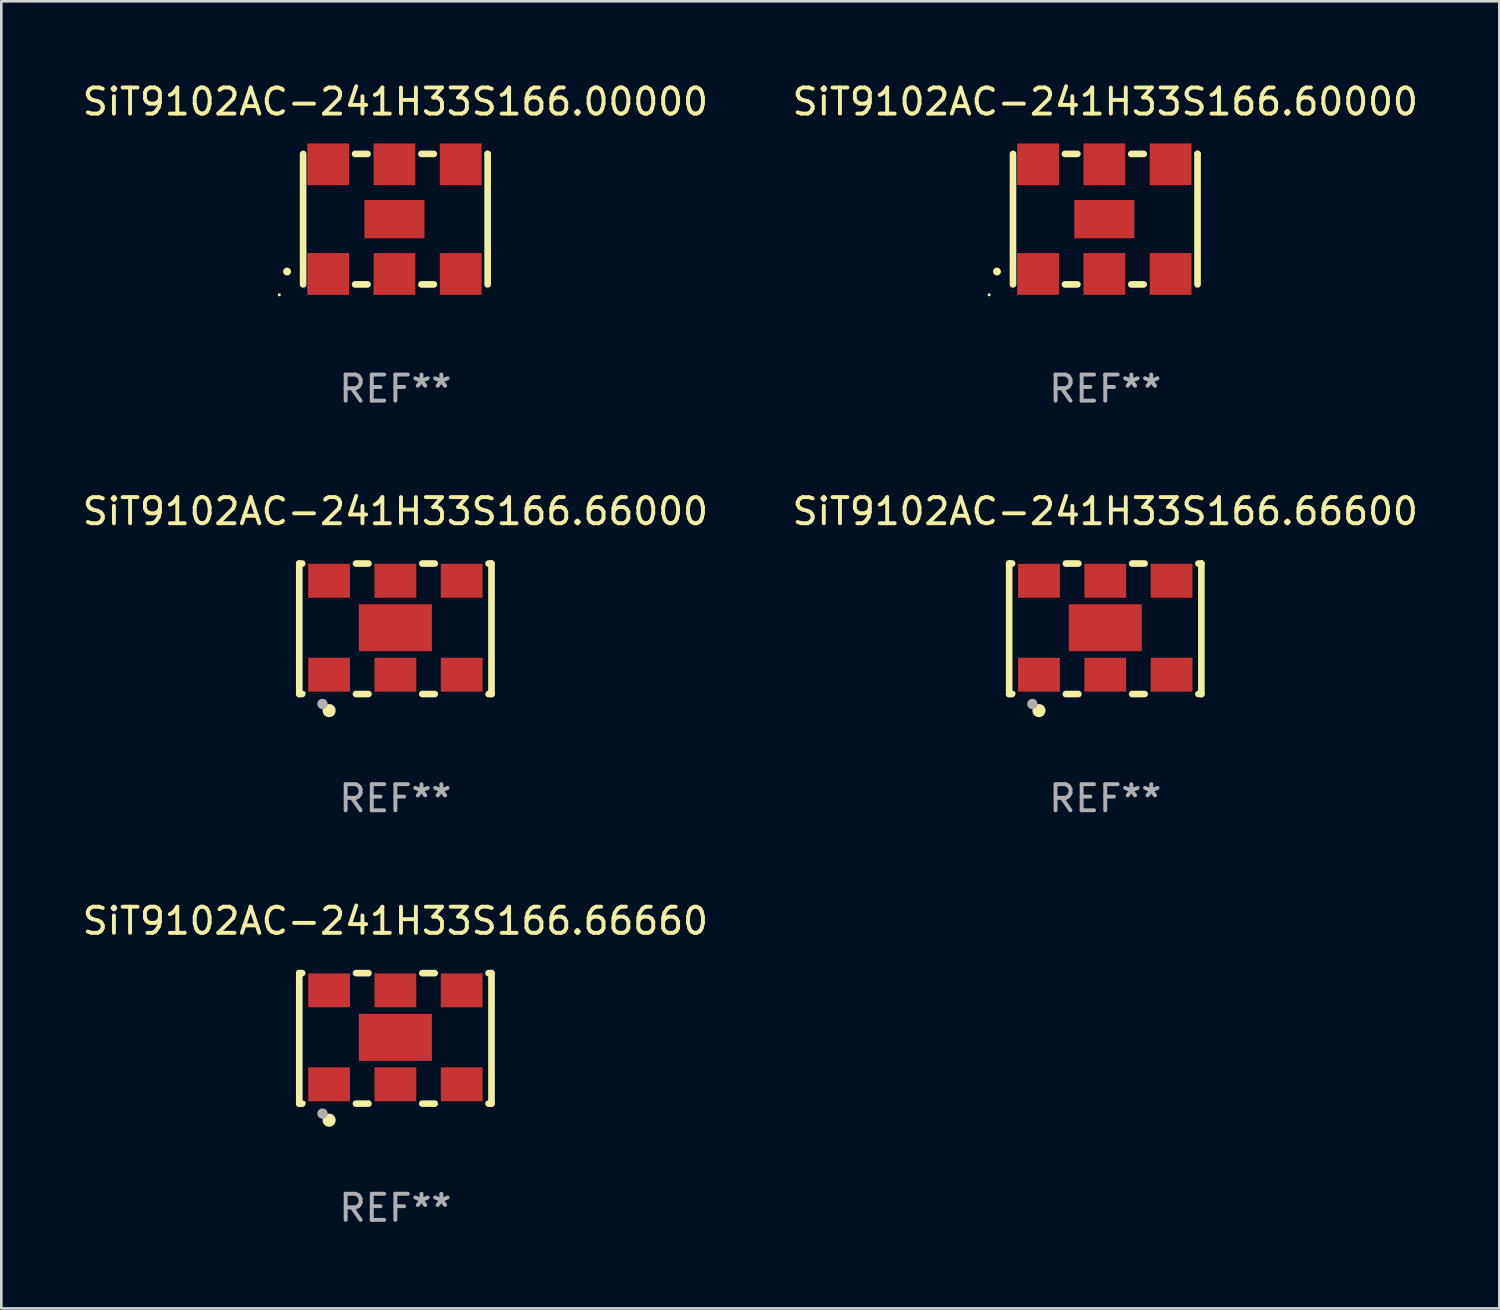
<source format=kicad_pcb>
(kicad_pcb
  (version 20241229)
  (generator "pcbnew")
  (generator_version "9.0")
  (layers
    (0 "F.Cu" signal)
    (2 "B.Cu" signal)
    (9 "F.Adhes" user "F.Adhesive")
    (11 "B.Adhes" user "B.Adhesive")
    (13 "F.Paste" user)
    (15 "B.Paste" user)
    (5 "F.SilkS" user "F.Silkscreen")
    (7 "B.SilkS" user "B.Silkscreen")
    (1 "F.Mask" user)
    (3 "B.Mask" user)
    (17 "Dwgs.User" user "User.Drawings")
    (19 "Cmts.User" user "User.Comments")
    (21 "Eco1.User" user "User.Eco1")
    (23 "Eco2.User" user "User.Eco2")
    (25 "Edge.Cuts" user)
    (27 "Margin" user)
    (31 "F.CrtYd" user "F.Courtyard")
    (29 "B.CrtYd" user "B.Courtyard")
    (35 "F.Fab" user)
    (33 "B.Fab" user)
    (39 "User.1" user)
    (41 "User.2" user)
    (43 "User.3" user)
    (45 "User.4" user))
  (footprint "SiT9102AC-241H33S166.60000"
    (layer "F.Cu")
    (at 39.304 5.348)
    (property "Reference" "SiT9102AC-241H33S166.60000" (at 0 -4.5 0) (layer "F.SilkS") (effects (font (size 1 1) (thickness 0.15))))
    (attr through_hole)
    (fp_line (start -3.536 -2.5) (end -3.536 2.5) (stroke (width 0.254) (type solid)) (layer "F.SilkS"))
    (fp_line (start -1.544 2.5) (end -1.067 2.5) (stroke (width 0.254) (type solid)) (layer "F.SilkS"))
    (fp_line (start -1.067 -2.5) (end -1.544 -2.5) (stroke (width 0.254) (type solid)) (layer "F.SilkS"))
    (fp_line (start 0.996 2.5) (end 1.473 2.5) (stroke (width 0.254) (type solid)) (layer "F.SilkS"))
    (fp_line (start 1.473 -2.5) (end 0.996 -2.5) (stroke (width 0.254) (type solid)) (layer "F.SilkS"))
    (fp_line (start 3.536 -2.5) (end 3.536 -2.5) (stroke (width 0.254) (type solid)) (layer "F.SilkS"))
    (fp_line (start 3.536 2.5) (end 3.536 -2.5) (stroke (width 0.254) (type solid)) (layer "F.SilkS"))
    (fp_arc (start -4.150432 2.006604) (mid -4.149162 2.006599) (end -4.147892 2.006604) (stroke (width 0.3) (type solid)) (layer "F.SilkS"))
    (fp_circle (center -4.449 2.9) (end -4.419 2.9) (stroke (width 0.06) (type solid)) (fill no) (layer "F.SilkS"))
    (fp_text user "REF**" (at 0 6.5 0) (layer "F.Fab") (effects (font (size 1 1) (thickness 0.15))))
    (pad "1" smd rect (at -2.576 2.1) (size 1.6 1.6) (layers "F.Cu" "F.Mask" "F.Paste"))
    (pad "2" smd rect (at -0.036 2.1) (size 1.6 1.6) (layers "F.Cu" "F.Mask" "F.Paste"))
    (pad "3" smd rect (at 2.504 2.1) (size 1.6 1.6) (layers "F.Cu" "F.Mask" "F.Paste"))
    (pad "4" smd rect (at 2.504 -2.1) (size 1.6 1.6) (layers "F.Cu" "F.Mask" "F.Paste"))
    (pad "5" smd rect (at -0.036 -2.1) (size 1.6 1.6) (layers "F.Cu" "F.Mask" "F.Paste"))
    (pad "6" smd rect (at -2.576 -2.1) (size 1.6 1.6) (layers "F.Cu" "F.Mask" "F.Paste"))
    (pad "7" smd rect (at -0.036 0) (size 2.3 1.47) (layers "F.Cu" "F.Mask" "F.Paste")))
  (footprint "SiT9102AC-241H33S166.66600"
    (layer "F.Cu")
    (at 39.304 21.045)
    (property "Reference" "SiT9102AC-241H33S166.66600" (at 0 -4.5 0) (layer "F.SilkS") (effects (font (size 1 1) (thickness 0.15))))
    (attr through_hole)
    (fp_line (start -3.683 -2.5) (end -3.571 -2.5) (stroke (width 0.254) (type solid)) (layer "F.SilkS"))
    (fp_line (start -3.683 2.5) (end -3.683 -2.5) (stroke (width 0.254) (type solid)) (layer "F.SilkS"))
    (fp_line (start -3.683 2.5) (end -3.571 2.5) (stroke (width 0.254) (type solid)) (layer "F.SilkS"))
    (fp_line (start -1.509 -2.5) (end -1.031 -2.5) (stroke (width 0.254) (type solid)) (layer "F.SilkS"))
    (fp_line (start -1.509 2.5) (end -1.031 2.5) (stroke (width 0.254) (type solid)) (layer "F.SilkS"))
    (fp_line (start 1.031 -2.5) (end 1.509 -2.5) (stroke (width 0.254) (type solid)) (layer "F.SilkS"))
    (fp_line (start 1.031 2.5) (end 1.509 2.5) (stroke (width 0.254) (type solid)) (layer "F.SilkS"))
    (fp_line (start 3.571 -2.5) (end 3.683 -2.5) (stroke (width 0.254) (type solid)) (layer "F.SilkS"))
    (fp_line (start 3.571 2.5) (end 3.683 2.5) (stroke (width 0.254) (type solid)) (layer "F.SilkS"))
    (fp_line (start 3.683 2.5) (end 3.683 -2.5) (stroke (width 0.254) (type solid)) (layer "F.SilkS"))
    (fp_circle (center -3.5 2.46) (end -3.47 2.46) (stroke (width 0.06) (type solid)) (fill no) (layer "F.SilkS"))
    (fp_circle (center -2.54 3.135) (end -2.413 3.135) (stroke (width 0.254) (type solid)) (fill no) (layer "F.SilkS"))
    (fp_circle (center -2.794 2.881) (end -2.694 2.881) (stroke (width 0.2) (type solid)) (fill no) (layer "F.Fab"))
    (fp_text user "REF**" (at 0 6.5 0) (layer "F.Fab") (effects (font (size 1 1) (thickness 0.15))))
    (pad "1" smd rect (at -2.54 1.76) (size 1.6 1.3) (layers "F.Cu" "F.Mask" "F.Paste"))
    (pad "2" smd rect (at 0 1.76) (size 1.6 1.3) (layers "F.Cu" "F.Mask" "F.Paste"))
    (pad "3" smd rect (at 2.54 1.76) (size 1.6 1.3) (layers "F.Cu" "F.Mask" "F.Paste"))
    (pad "4" smd rect (at 2.54 -1.84) (size 1.6 1.3) (layers "F.Cu" "F.Mask" "F.Paste"))
    (pad "5" smd rect (at 0 -1.84) (size 1.6 1.3) (layers "F.Cu" "F.Mask" "F.Paste"))
    (pad "6" smd rect (at -2.54 -1.84) (size 1.6 1.3) (layers "F.Cu" "F.Mask" "F.Paste"))
    (pad "7" smd rect (at 0 -0.04) (size 2.8 1.8) (layers "F.Cu" "F.Mask" "F.Paste")))
  (footprint "SiT9102AC-241H33S166.66660"
    (layer "F.Cu")
    (at 12.101 36.741)
    (property "Reference" "SiT9102AC-241H33S166.66660" (at 0 -4.5 0) (layer "F.SilkS") (effects (font (size 1 1) (thickness 0.15))))
    (attr through_hole)
    (fp_line (start -3.683 -2.5) (end -3.571 -2.5) (stroke (width 0.254) (type solid)) (layer "F.SilkS"))
    (fp_line (start -3.683 2.5) (end -3.683 -2.5) (stroke (width 0.254) (type solid)) (layer "F.SilkS"))
    (fp_line (start -3.683 2.5) (end -3.571 2.5) (stroke (width 0.254) (type solid)) (layer "F.SilkS"))
    (fp_line (start -1.509 -2.5) (end -1.031 -2.5) (stroke (width 0.254) (type solid)) (layer "F.SilkS"))
    (fp_line (start -1.509 2.5) (end -1.031 2.5) (stroke (width 0.254) (type solid)) (layer "F.SilkS"))
    (fp_line (start 1.031 -2.5) (end 1.509 -2.5) (stroke (width 0.254) (type solid)) (layer "F.SilkS"))
    (fp_line (start 1.031 2.5) (end 1.509 2.5) (stroke (width 0.254) (type solid)) (layer "F.SilkS"))
    (fp_line (start 3.571 -2.5) (end 3.683 -2.5) (stroke (width 0.254) (type solid)) (layer "F.SilkS"))
    (fp_line (start 3.571 2.5) (end 3.683 2.5) (stroke (width 0.254) (type solid)) (layer "F.SilkS"))
    (fp_line (start 3.683 2.5) (end 3.683 -2.5) (stroke (width 0.254) (type solid)) (layer "F.SilkS"))
    (fp_circle (center -3.5 2.46) (end -3.47 2.46) (stroke (width 0.06) (type solid)) (fill no) (layer "F.SilkS"))
    (fp_circle (center -2.54 3.135) (end -2.413 3.135) (stroke (width 0.254) (type solid)) (fill no) (layer "F.SilkS"))
    (fp_circle (center -2.794 2.881) (end -2.694 2.881) (stroke (width 0.2) (type solid)) (fill no) (layer "F.Fab"))
    (fp_text user "REF**" (at 0 6.5 0) (layer "F.Fab") (effects (font (size 1 1) (thickness 0.15))))
    (pad "1" smd rect (at -2.54 1.76) (size 1.6 1.3) (layers "F.Cu" "F.Mask" "F.Paste"))
    (pad "2" smd rect (at 0 1.76) (size 1.6 1.3) (layers "F.Cu" "F.Mask" "F.Paste"))
    (pad "3" smd rect (at 2.54 1.76) (size 1.6 1.3) (layers "F.Cu" "F.Mask" "F.Paste"))
    (pad "4" smd rect (at 2.54 -1.84) (size 1.6 1.3) (layers "F.Cu" "F.Mask" "F.Paste"))
    (pad "5" smd rect (at 0 -1.84) (size 1.6 1.3) (layers "F.Cu" "F.Mask" "F.Paste"))
    (pad "6" smd rect (at -2.54 -1.84) (size 1.6 1.3) (layers "F.Cu" "F.Mask" "F.Paste"))
    (pad "7" smd rect (at 0 -0.04) (size 2.8 1.8) (layers "F.Cu" "F.Mask" "F.Paste")))
  (footprint "SiT9102AC-241H33S166.00000"
    (layer "F.Cu")
    (at 12.101 5.348)
    (property "Reference" "SiT9102AC-241H33S166.00000" (at 0 -4.5 0) (layer "F.SilkS") (effects (font (size 1 1) (thickness 0.15))))
    (attr through_hole)
    (fp_line (start -3.536 -2.5) (end -3.536 2.5) (stroke (width 0.254) (type solid)) (layer "F.SilkS"))
    (fp_line (start -1.544 2.5) (end -1.067 2.5) (stroke (width 0.254) (type solid)) (layer "F.SilkS"))
    (fp_line (start -1.067 -2.5) (end -1.544 -2.5) (stroke (width 0.254) (type solid)) (layer "F.SilkS"))
    (fp_line (start 0.996 2.5) (end 1.473 2.5) (stroke (width 0.254) (type solid)) (layer "F.SilkS"))
    (fp_line (start 1.473 -2.5) (end 0.996 -2.5) (stroke (width 0.254) (type solid)) (layer "F.SilkS"))
    (fp_line (start 3.536 -2.5) (end 3.536 -2.5) (stroke (width 0.254) (type solid)) (layer "F.SilkS"))
    (fp_line (start 3.536 2.5) (end 3.536 -2.5) (stroke (width 0.254) (type solid)) (layer "F.SilkS"))
    (fp_arc (start -4.150432 2.006604) (mid -4.149162 2.006599) (end -4.147892 2.006604) (stroke (width 0.3) (type solid)) (layer "F.SilkS"))
    (fp_circle (center -4.449 2.9) (end -4.419 2.9) (stroke (width 0.06) (type solid)) (fill no) (layer "F.SilkS"))
    (fp_text user "REF**" (at 0 6.5 0) (layer "F.Fab") (effects (font (size 1 1) (thickness 0.15))))
    (pad "1" smd rect (at -2.576 2.1) (size 1.6 1.6) (layers "F.Cu" "F.Mask" "F.Paste"))
    (pad "2" smd rect (at -0.036 2.1) (size 1.6 1.6) (layers "F.Cu" "F.Mask" "F.Paste"))
    (pad "3" smd rect (at 2.504 2.1) (size 1.6 1.6) (layers "F.Cu" "F.Mask" "F.Paste"))
    (pad "4" smd rect (at 2.504 -2.1) (size 1.6 1.6) (layers "F.Cu" "F.Mask" "F.Paste"))
    (pad "5" smd rect (at -0.036 -2.1) (size 1.6 1.6) (layers "F.Cu" "F.Mask" "F.Paste"))
    (pad "6" smd rect (at -2.576 -2.1) (size 1.6 1.6) (layers "F.Cu" "F.Mask" "F.Paste"))
    (pad "7" smd rect (at -0.036 0) (size 2.3 1.47) (layers "F.Cu" "F.Mask" "F.Paste")))
  (footprint "SiT9102AC-241H33S166.66000"
    (layer "F.Cu")
    (at 12.101 21.045)
    (property "Reference" "SiT9102AC-241H33S166.66000" (at 0 -4.5 0) (layer "F.SilkS") (effects (font (size 1 1) (thickness 0.15))))
    (attr through_hole)
    (fp_line (start -3.683 -2.5) (end -3.571 -2.5) (stroke (width 0.254) (type solid)) (layer "F.SilkS"))
    (fp_line (start -3.683 2.5) (end -3.683 -2.5) (stroke (width 0.254) (type solid)) (layer "F.SilkS"))
    (fp_line (start -3.683 2.5) (end -3.571 2.5) (stroke (width 0.254) (type solid)) (layer "F.SilkS"))
    (fp_line (start -1.509 -2.5) (end -1.031 -2.5) (stroke (width 0.254) (type solid)) (layer "F.SilkS"))
    (fp_line (start -1.509 2.5) (end -1.031 2.5) (stroke (width 0.254) (type solid)) (layer "F.SilkS"))
    (fp_line (start 1.031 -2.5) (end 1.509 -2.5) (stroke (width 0.254) (type solid)) (layer "F.SilkS"))
    (fp_line (start 1.031 2.5) (end 1.509 2.5) (stroke (width 0.254) (type solid)) (layer "F.SilkS"))
    (fp_line (start 3.571 -2.5) (end 3.683 -2.5) (stroke (width 0.254) (type solid)) (layer "F.SilkS"))
    (fp_line (start 3.571 2.5) (end 3.683 2.5) (stroke (width 0.254) (type solid)) (layer "F.SilkS"))
    (fp_line (start 3.683 2.5) (end 3.683 -2.5) (stroke (width 0.254) (type solid)) (layer "F.SilkS"))
    (fp_circle (center -3.5 2.46) (end -3.47 2.46) (stroke (width 0.06) (type solid)) (fill no) (layer "F.SilkS"))
    (fp_circle (center -2.54 3.135) (end -2.413 3.135) (stroke (width 0.254) (type solid)) (fill no) (layer "F.SilkS"))
    (fp_circle (center -2.794 2.881) (end -2.694 2.881) (stroke (width 0.2) (type solid)) (fill no) (layer "F.Fab"))
    (fp_text user "REF**" (at 0 6.5 0) (layer "F.Fab") (effects (font (size 1 1) (thickness 0.15))))
    (pad "1" smd rect (at -2.54 1.76) (size 1.6 1.3) (layers "F.Cu" "F.Mask" "F.Paste"))
    (pad "2" smd rect (at 0 1.76) (size 1.6 1.3) (layers "F.Cu" "F.Mask" "F.Paste"))
    (pad "3" smd rect (at 2.54 1.76) (size 1.6 1.3) (layers "F.Cu" "F.Mask" "F.Paste"))
    (pad "4" smd rect (at 2.54 -1.84) (size 1.6 1.3) (layers "F.Cu" "F.Mask" "F.Paste"))
    (pad "5" smd rect (at 0 -1.84) (size 1.6 1.3) (layers "F.Cu" "F.Mask" "F.Paste"))
    (pad "6" smd rect (at -2.54 -1.84) (size 1.6 1.3) (layers "F.Cu" "F.Mask" "F.Paste"))
    (pad "7" smd rect (at 0 -0.04) (size 2.8 1.8) (layers "F.Cu" "F.Mask" "F.Paste")))
  (gr_rect
    (start -3 -3)
    (end 54.405 47.09)
    (stroke (width 0.1) (type default))
    (fill no)
    (layer "Edge.Cuts")))
</source>
